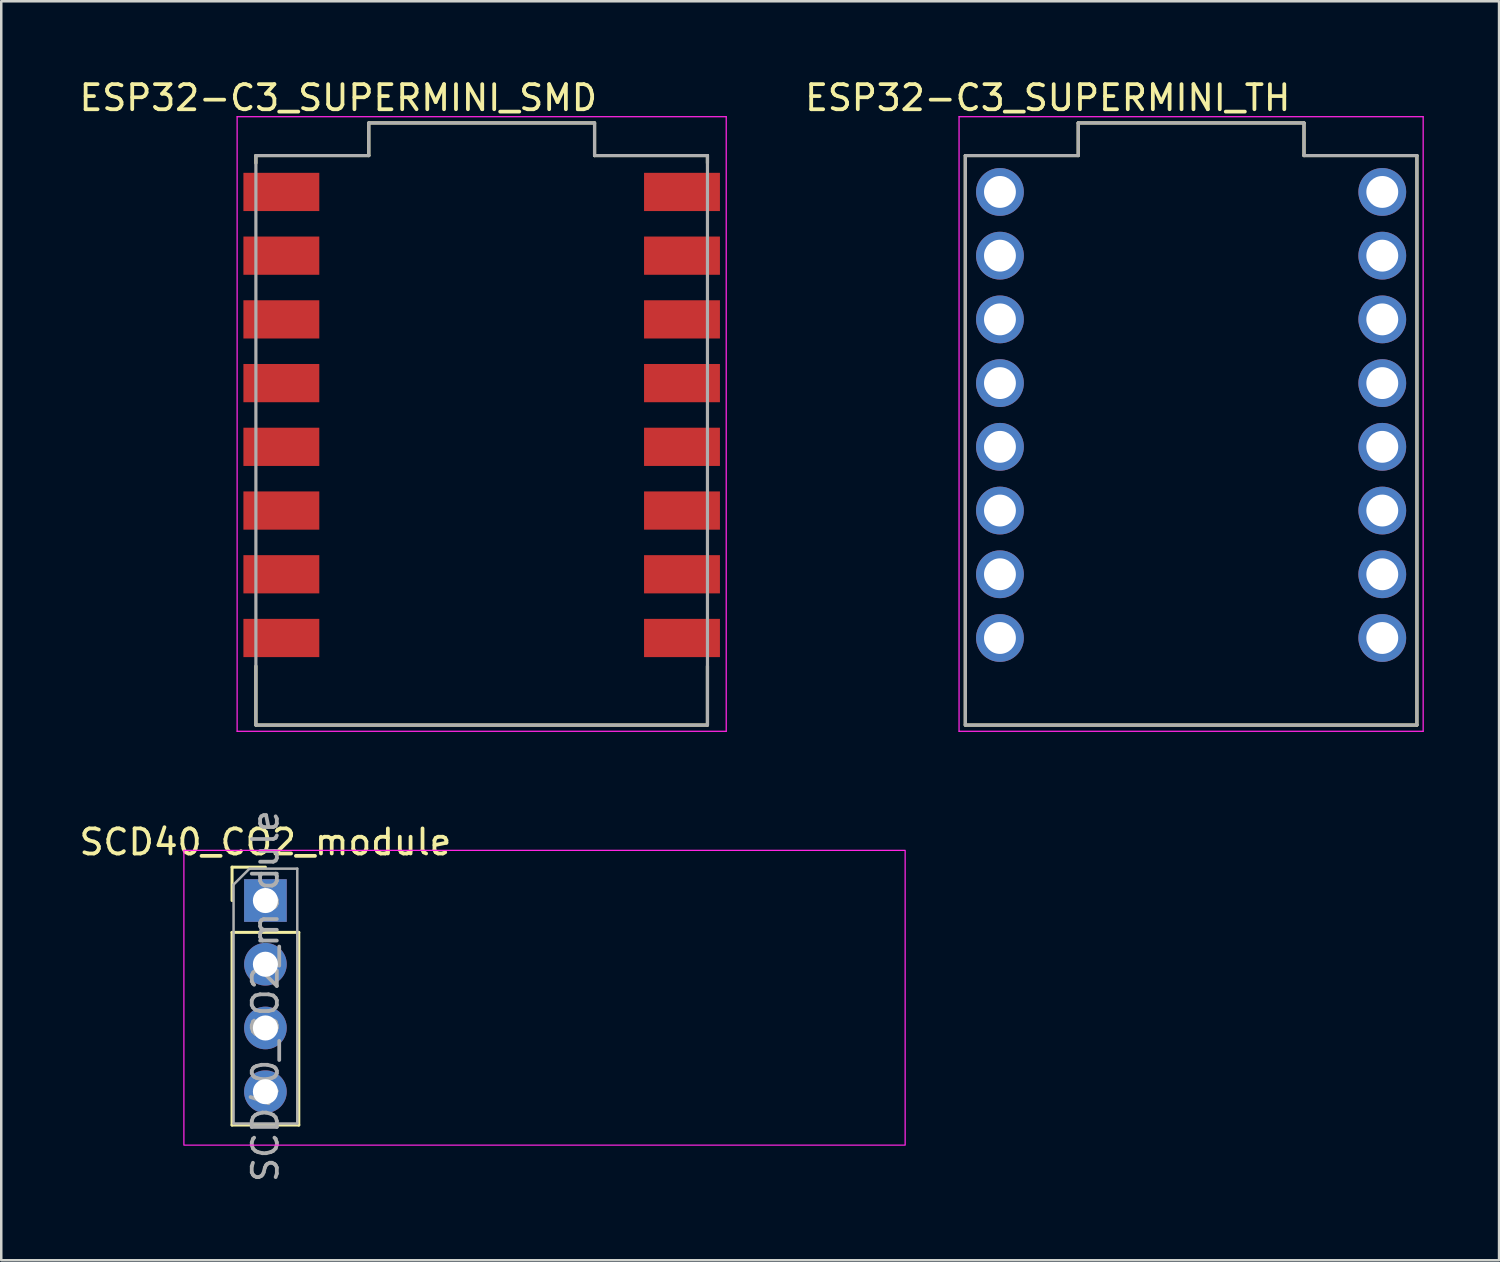
<source format=kicad_pcb>
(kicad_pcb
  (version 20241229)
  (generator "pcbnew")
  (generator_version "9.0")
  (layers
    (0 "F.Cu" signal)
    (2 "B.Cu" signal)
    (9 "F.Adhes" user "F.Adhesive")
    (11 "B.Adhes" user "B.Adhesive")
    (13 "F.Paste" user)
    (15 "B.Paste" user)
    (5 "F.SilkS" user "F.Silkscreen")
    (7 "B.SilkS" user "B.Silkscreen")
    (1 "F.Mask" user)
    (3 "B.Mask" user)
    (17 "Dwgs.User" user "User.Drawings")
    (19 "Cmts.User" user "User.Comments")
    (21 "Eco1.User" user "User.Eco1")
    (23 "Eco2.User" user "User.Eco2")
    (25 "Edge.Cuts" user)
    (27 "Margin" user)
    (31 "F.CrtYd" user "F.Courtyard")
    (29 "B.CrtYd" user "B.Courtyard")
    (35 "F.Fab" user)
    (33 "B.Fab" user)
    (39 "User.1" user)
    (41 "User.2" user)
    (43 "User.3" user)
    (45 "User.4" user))
  (footprint "ESP32-C3_SUPERMINI_TH"
    (layer "F.Cu")
    (at 44.429 14.501)
    (property "Reference" "ESP32-C3_SUPERMINI_TH" (at -5.715 -13.652 0) (layer "F.SilkS") (effects (font (size 1 1) (thickness 0.15))))
    (attr through_hole)
    (fp_line (start -9 11.35) (end -9 -11.35) (stroke (width 0.127) (type solid)) (layer "F.SilkS"))
    (fp_line (start -4.5 -12.65) (end -4.5 -11.35) (stroke (width 0.127) (type solid)) (layer "F.SilkS"))
    (fp_line (start -4.5 -11.35) (end -9 -11.35) (stroke (width 0.127) (type solid)) (layer "F.SilkS"))
    (fp_line (start 4.5 -12.65) (end -4.5 -12.65) (stroke (width 0.127) (type solid)) (layer "F.SilkS"))
    (fp_line (start 4.5 -12.65) (end 4.5 -11.35) (stroke (width 0.127) (type solid)) (layer "F.SilkS"))
    (fp_line (start 9 -11.35) (end 4.5 -11.35) (stroke (width 0.127) (type solid)) (layer "F.SilkS"))
    (fp_line (start 9 11.35) (end -9 11.35) (stroke (width 0.127) (type solid)) (layer "F.SilkS"))
    (fp_line (start 9 11.35) (end 9 -11.35) (stroke (width 0.127) (type solid)) (layer "F.SilkS"))
    (fp_line (start -9.25 -12.9) (end 9.25 -12.9) (stroke (width 0.05) (type solid)) (layer "F.CrtYd"))
    (fp_line (start -9.25 11.6) (end -9.25 -12.9) (stroke (width 0.05) (type solid)) (layer "F.CrtYd"))
    (fp_line (start 9.25 -12.9) (end 9.25 11.6) (stroke (width 0.05) (type solid)) (layer "F.CrtYd"))
    (fp_line (start 9.25 11.6) (end -9.25 11.6) (stroke (width 0.05) (type solid)) (layer "F.CrtYd"))
    (fp_line (start -9 11.35) (end -9 -11.35) (stroke (width 0.127) (type solid)) (layer "F.Fab"))
    (fp_line (start -4.5 -12.65) (end -4.5 -11.35) (stroke (width 0.127) (type solid)) (layer "F.Fab"))
    (fp_line (start -4.5 -11.35) (end -9 -11.35) (stroke (width 0.127) (type solid)) (layer "F.Fab"))
    (fp_line (start 4.5 -12.65) (end -4.5 -12.65) (stroke (width 0.127) (type solid)) (layer "F.Fab"))
    (fp_line (start 4.5 -12.65) (end 4.5 -11.35) (stroke (width 0.127) (type solid)) (layer "F.Fab"))
    (fp_line (start 9 -11.35) (end 4.5 -11.35) (stroke (width 0.127) (type solid)) (layer "F.Fab"))
    (fp_line (start 9 11.35) (end -9 11.35) (stroke (width 0.127) (type solid)) (layer "F.Fab"))
    (fp_line (start 9 11.35) (end 9 -11.35) (stroke (width 0.127) (type solid)) (layer "F.Fab"))
    (pad "0" thru_hole circle (at 7.62 7.88) (size 1.905 1.905) (drill 1.27) (layers "*.Cu" "*.Mask"))
    (pad "1" thru_hole circle (at 7.62 5.34) (size 1.905 1.905) (drill 1.27) (layers "*.Cu" "*.Mask"))
    (pad "2" thru_hole circle (at 7.62 2.8) (size 1.905 1.905) (drill 1.27) (layers "*.Cu" "*.Mask"))
    (pad "3" thru_hole circle (at 7.62 0.26) (size 1.905 1.905) (drill 1.27) (layers "*.Cu" "*.Mask"))
    (pad "3.3" thru_hole circle (at 7.62 -4.82) (size 1.905 1.905) (drill 1.27) (layers "*.Cu" "*.Mask"))
    (pad "4" thru_hole circle (at 7.62 -2.28) (size 1.905 1.905) (drill 1.27) (layers "*.Cu" "*.Mask"))
    (pad "5" thru_hole circle (at -7.62 -9.9) (size 1.905 1.905) (drill 1.27) (layers "*.Cu" "*.Mask"))
    (pad "5V" thru_hole circle (at 7.62 -9.9) (size 1.905 1.905) (drill 1.27) (layers "*.Cu" "*.Mask"))
    (pad "6" thru_hole circle (at -7.62 -7.36) (size 1.905 1.905) (drill 1.27) (layers "*.Cu" "*.Mask"))
    (pad "7" thru_hole circle (at -7.62 -4.82) (size 1.905 1.905) (drill 1.27) (layers "*.Cu" "*.Mask"))
    (pad "8" thru_hole circle (at -7.62 -2.28) (size 1.905 1.905) (drill 1.27) (layers "*.Cu" "*.Mask"))
    (pad "9" thru_hole circle (at -7.62 0.26) (size 1.905 1.905) (drill 1.27) (layers "*.Cu" "*.Mask"))
    (pad "10" thru_hole circle (at -7.62 2.8) (size 1.905 1.905) (drill 1.27) (layers "*.Cu" "*.Mask"))
    (pad "20" thru_hole circle (at -7.62 5.34) (size 1.905 1.905) (drill 1.27) (layers "*.Cu" "*.Mask"))
    (pad "21" thru_hole circle (at -7.62 7.88) (size 1.905 1.905) (drill 1.27) (layers "*.Cu" "*.Mask"))
    (pad "G" thru_hole circle (at 7.62 -7.36) (size 1.905 1.905) (drill 1.27) (layers "*.Cu" "*.Mask")))
  (footprint "ESP32-C3_SUPERMINI_SMD"
    (layer "F.Cu")
    (at 16.15 14.501)
    (property "Reference" "ESP32-C3_SUPERMINI_SMD" (at -5.715 -13.652 0) (layer "F.SilkS") (effects (font (size 1 1) (thickness 0.15))))
    (attr smd)
    (fp_line (start -9 -11.05) (end -9 -11.35) (stroke (width 0.127) (type solid)) (layer "F.SilkS"))
    (fp_line (start -9 11.35) (end -9 9) (stroke (width 0.127) (type solid)) (layer "F.SilkS"))
    (fp_line (start -4.5 -12.65) (end -4.5 -11.35) (stroke (width 0.127) (type solid)) (layer "F.SilkS"))
    (fp_line (start -4.5 -11.35) (end -9 -11.35) (stroke (width 0.127) (type solid)) (layer "F.SilkS"))
    (fp_line (start 4.5 -12.65) (end -4.5 -12.65) (stroke (width 0.127) (type solid)) (layer "F.SilkS"))
    (fp_line (start 4.5 -12.65) (end 4.5 -11.35) (stroke (width 0.127) (type solid)) (layer "F.SilkS"))
    (fp_line (start 9 -11.35) (end 4.5 -11.35) (stroke (width 0.127) (type solid)) (layer "F.SilkS"))
    (fp_line (start 9 -11.05) (end 9 -11.35) (stroke (width 0.127) (type solid)) (layer "F.SilkS"))
    (fp_line (start 9 11.35) (end -9 11.35) (stroke (width 0.127) (type solid)) (layer "F.SilkS"))
    (fp_line (start 9 11.35) (end 9 9) (stroke (width 0.127) (type solid)) (layer "F.SilkS"))
    (fp_line (start -9.748 -12.9) (end 9.748 -12.9) (stroke (width 0.05) (type solid)) (layer "F.CrtYd"))
    (fp_line (start -9.748 11.6) (end -9.748 -12.9) (stroke (width 0.05) (type solid)) (layer "F.CrtYd"))
    (fp_line (start 9.748 -12.9) (end 9.748 11.6) (stroke (width 0.05) (type solid)) (layer "F.CrtYd"))
    (fp_line (start 9.748 11.6) (end -9.748 11.6) (stroke (width 0.05) (type solid)) (layer "F.CrtYd"))
    (fp_line (start -9 11.35) (end -9 -11.35) (stroke (width 0.127) (type solid)) (layer "F.Fab"))
    (fp_line (start -4.5 -12.65) (end -4.5 -11.35) (stroke (width 0.127) (type solid)) (layer "F.Fab"))
    (fp_line (start -4.5 -11.35) (end -9 -11.35) (stroke (width 0.127) (type solid)) (layer "F.Fab"))
    (fp_line (start 4.5 -12.65) (end -4.5 -12.65) (stroke (width 0.127) (type solid)) (layer "F.Fab"))
    (fp_line (start 4.5 -12.65) (end 4.5 -11.35) (stroke (width 0.127) (type solid)) (layer "F.Fab"))
    (fp_line (start 9 -11.35) (end 4.5 -11.35) (stroke (width 0.127) (type solid)) (layer "F.Fab"))
    (fp_line (start 9 11.35) (end -9 11.35) (stroke (width 0.127) (type solid)) (layer "F.Fab"))
    (fp_line (start 9 11.35) (end 9 -11.35) (stroke (width 0.127) (type solid)) (layer "F.Fab"))
    (pad "0" smd rect (at 7.985 7.88) (size 3.025 1.524) (layers "F.Cu" "F.Mask" "F.Paste"))
    (pad "1" smd rect (at 7.985 5.34) (size 3.025 1.524) (layers "F.Cu" "F.Mask" "F.Paste"))
    (pad "2" smd rect (at 7.985 2.8) (size 3.025 1.524) (layers "F.Cu" "F.Mask" "F.Paste"))
    (pad "3" smd rect (at 7.985 0.26) (size 3.025 1.524) (layers "F.Cu" "F.Mask" "F.Paste"))
    (pad "3.3" smd rect (at 7.985 -4.82) (size 3.025 1.524) (layers "F.Cu" "F.Mask" "F.Paste"))
    (pad "4" smd rect (at 7.985 -2.28) (size 3.025 1.524) (layers "F.Cu" "F.Mask" "F.Paste"))
    (pad "5" smd rect (at -7.985 -9.9) (size 3.025 1.524) (layers "F.Cu" "F.Mask" "F.Paste"))
    (pad "5V" smd rect (at 7.985 -9.9) (size 3.025 1.524) (layers "F.Cu" "F.Mask" "F.Paste"))
    (pad "6" smd rect (at -7.985 -7.36) (size 3.025 1.524) (layers "F.Cu" "F.Mask" "F.Paste"))
    (pad "7" smd rect (at -7.985 -4.82) (size 3.025 1.524) (layers "F.Cu" "F.Mask" "F.Paste"))
    (pad "8" smd rect (at -7.985 -2.28) (size 3.025 1.524) (layers "F.Cu" "F.Mask" "F.Paste"))
    (pad "9" smd rect (at -7.985 0.26) (size 3.025 1.524) (layers "F.Cu" "F.Mask" "F.Paste"))
    (pad "10" smd rect (at -7.985 2.8) (size 3.025 1.524) (layers "F.Cu" "F.Mask" "F.Paste"))
    (pad "20" smd rect (at -7.985 5.34) (size 3.025 1.524) (layers "F.Cu" "F.Mask" "F.Paste"))
    (pad "21" smd rect (at -7.985 7.88) (size 3.025 1.524) (layers "F.Cu" "F.Mask" "F.Paste"))
    (pad "G" smd rect (at 7.985 -7.36) (size 3.025 1.524) (layers "F.Cu" "F.Mask" "F.Paste")))
  (footprint "SCD40_CO2_module"
    (layer "F.Cu")
    (at 7.53 32.846)
    (property "Reference" "SCD40_CO2_module" (at 0 -2.33 0) (layer "F.SilkS") (effects (font (size 1 1) (thickness 0.15))))
    (attr through_hole)
    (fp_line (start -1.33 -1.33) (end 0 -1.33) (stroke (width 0.12) (type solid)) (layer "F.SilkS"))
    (fp_line (start -1.33 0) (end -1.33 -1.33) (stroke (width 0.12) (type solid)) (layer "F.SilkS"))
    (fp_line (start -1.33 1.27) (end -1.33 8.95) (stroke (width 0.12) (type solid)) (layer "F.SilkS"))
    (fp_line (start -1.33 1.27) (end 1.33 1.27) (stroke (width 0.12) (type solid)) (layer "F.SilkS"))
    (fp_line (start -1.33 8.95) (end 1.33 8.95) (stroke (width 0.12) (type solid)) (layer "F.SilkS"))
    (fp_line (start 1.33 1.27) (end 1.33 8.95) (stroke (width 0.12) (type solid)) (layer "F.SilkS"))
    (fp_rect (start -3.25 -2) (end 25.5 9.75) (stroke (width 0.05) (type default)) (fill no) (layer "F.CrtYd"))
    (fp_line (start -1.27 -0.635) (end -0.635 -1.27) (stroke (width 0.1) (type solid)) (layer "F.Fab"))
    (fp_line (start -1.27 8.89) (end -1.27 -0.635) (stroke (width 0.1) (type solid)) (layer "F.Fab"))
    (fp_line (start -0.635 -1.27) (end 1.27 -1.27) (stroke (width 0.1) (type solid)) (layer "F.Fab"))
    (fp_line (start 1.27 -1.27) (end 1.27 8.89) (stroke (width 0.1) (type solid)) (layer "F.Fab"))
    (fp_line (start 1.27 8.89) (end -1.27 8.89) (stroke (width 0.1) (type solid)) (layer "F.Fab"))
    (fp_text user "${REFERENCE}" (at 0 3.81 90) (layer "F.Fab") (effects (font (size 1 1) (thickness 0.15))))
    (pad "1" thru_hole rect (at 0 0) (size 1.7 1.7) (drill 1) (layers "*.Cu" "*.Mask"))
    (pad "2" thru_hole oval (at 0 2.54) (size 1.7 1.7) (drill 1) (layers "*.Cu" "*.Mask"))
    (pad "3" thru_hole oval (at 0 5.08) (size 1.7 1.7) (drill 1) (layers "*.Cu" "*.Mask"))
    (pad "4" thru_hole oval (at 0 7.62) (size 1.7 1.7) (drill 1) (layers "*.Cu" "*.Mask")))
  (gr_rect
    (start -3 -3)
    (end 56.704 47.185)
    (stroke (width 0.1) (type default))
    (fill no)
    (layer "Edge.Cuts")))
</source>
